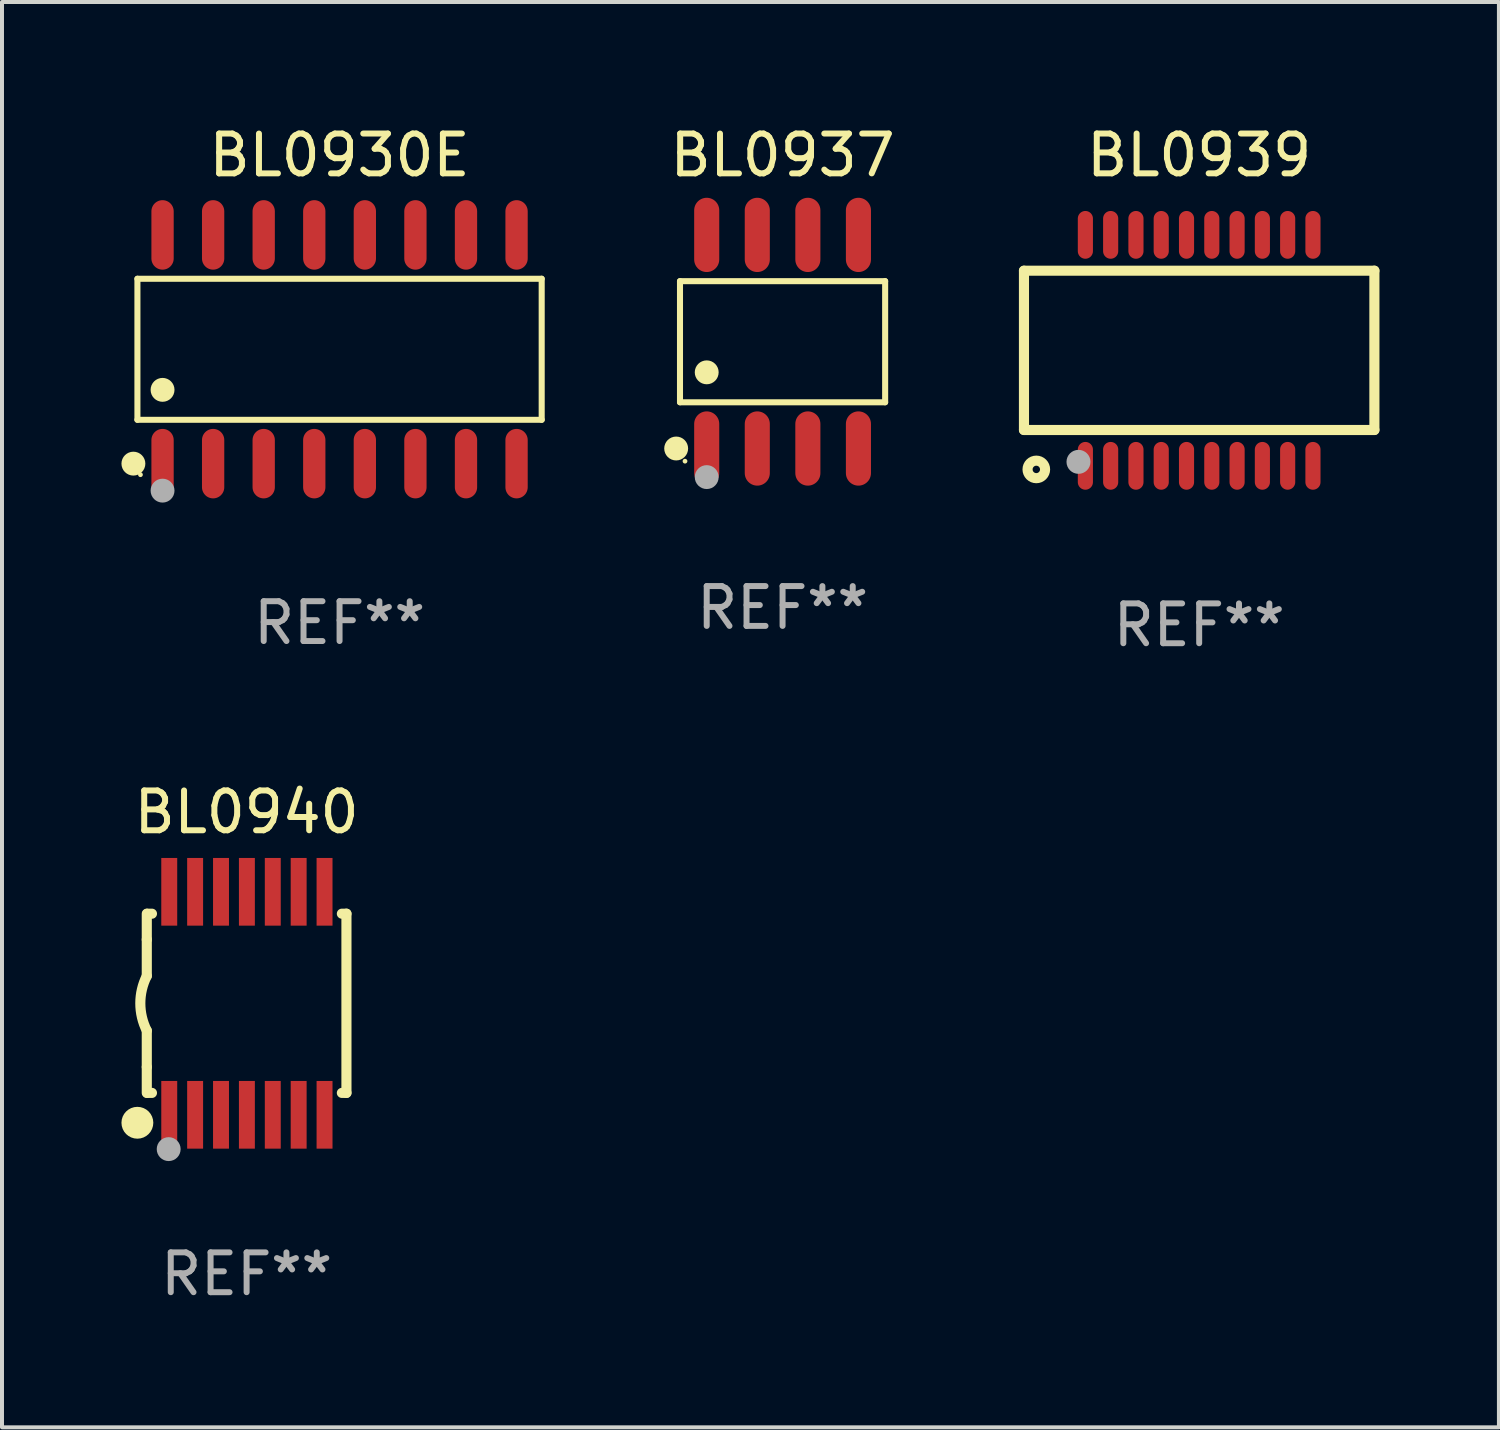
<source format=kicad_pcb>
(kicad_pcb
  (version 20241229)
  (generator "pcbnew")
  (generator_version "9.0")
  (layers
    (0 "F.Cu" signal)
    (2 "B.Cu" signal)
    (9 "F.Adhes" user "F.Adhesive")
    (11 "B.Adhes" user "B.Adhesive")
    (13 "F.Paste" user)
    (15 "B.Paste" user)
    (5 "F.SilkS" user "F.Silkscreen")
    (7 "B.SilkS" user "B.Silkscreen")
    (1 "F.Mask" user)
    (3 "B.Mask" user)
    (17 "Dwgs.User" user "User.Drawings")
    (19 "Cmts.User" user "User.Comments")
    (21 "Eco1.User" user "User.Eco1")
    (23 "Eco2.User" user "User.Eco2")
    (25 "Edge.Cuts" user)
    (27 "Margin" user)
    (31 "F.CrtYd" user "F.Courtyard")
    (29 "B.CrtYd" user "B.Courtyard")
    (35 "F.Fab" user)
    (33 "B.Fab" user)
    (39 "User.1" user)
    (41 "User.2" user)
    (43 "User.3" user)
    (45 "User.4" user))
  (footprint "BL0939"
    (layer "F.Cu")
    (at 27.064 5.748)
    (property "Reference" "BL0939" (at 0 -4.9 0) (layer "F.SilkS") (effects (font (size 1 1) (thickness 0.15))))
    (attr through_hole)
    (fp_line (start -4.4 -2) (end -4.4 2) (stroke (width 0.254) (type solid)) (layer "F.SilkS"))
    (fp_line (start -4.4 -2) (end 4.4 -2) (stroke (width 0.254) (type solid)) (layer "F.SilkS"))
    (fp_line (start -4.4 2) (end 4.4 2) (stroke (width 0.254) (type solid)) (layer "F.SilkS"))
    (fp_line (start 4.4 -2) (end 4.4 2) (stroke (width 0.254) (type solid)) (layer "F.SilkS"))
    (fp_circle (center -4.351 3) (end -4.321 3) (stroke (width 0.06) (type solid)) (fill no) (layer "F.SilkS"))
    (fp_circle (center -4.09 2.99) (end -3.87 2.99) (stroke (width 0.254) (type solid)) (fill no) (layer "F.SilkS"))
    (fp_circle (center -3.031 2.8) (end -2.88 2.8) (stroke (width 0.3) (type solid)) (fill no) (layer "F.Fab"))
    (fp_text user "REF**" (at 0 6.9 0) (layer "F.Fab") (effects (font (size 1 1) (thickness 0.15))))
    (pad "1" smd oval (at -2.858 2.9 180) (size 0.38 1.2) (layers "F.Cu" "F.Mask" "F.Paste"))
    (pad "2" smd oval (at -2.223 2.9 180) (size 0.38 1.2) (layers "F.Cu" "F.Mask" "F.Paste"))
    (pad "3" smd oval (at -1.588 2.9 180) (size 0.38 1.2) (layers "F.Cu" "F.Mask" "F.Paste"))
    (pad "4" smd oval (at -0.953 2.9 180) (size 0.38 1.2) (layers "F.Cu" "F.Mask" "F.Paste"))
    (pad "5" smd oval (at -0.318 2.9 180) (size 0.38 1.2) (layers "F.Cu" "F.Mask" "F.Paste"))
    (pad "6" smd oval (at 0.317 2.9 180) (size 0.38 1.2) (layers "F.Cu" "F.Mask" "F.Paste"))
    (pad "7" smd oval (at 0.952 2.9 180) (size 0.38 1.2) (layers "F.Cu" "F.Mask" "F.Paste"))
    (pad "8" smd oval (at 1.587 2.9 180) (size 0.38 1.2) (layers "F.Cu" "F.Mask" "F.Paste"))
    (pad "9" smd oval (at 2.222 2.9 180) (size 0.38 1.2) (layers "F.Cu" "F.Mask" "F.Paste"))
    (pad "10" smd oval (at 2.857 2.9 180) (size 0.38 1.2) (layers "F.Cu" "F.Mask" "F.Paste"))
    (pad "11" smd oval (at 2.857 -2.9) (size 0.38 1.2) (layers "F.Cu" "F.Mask" "F.Paste"))
    (pad "12" smd oval (at 2.222 -2.9) (size 0.38 1.2) (layers "F.Cu" "F.Mask" "F.Paste"))
    (pad "13" smd oval (at 1.587 -2.9) (size 0.38 1.2) (layers "F.Cu" "F.Mask" "F.Paste"))
    (pad "14" smd oval (at 0.952 -2.9) (size 0.38 1.2) (layers "F.Cu" "F.Mask" "F.Paste"))
    (pad "15" smd oval (at 0.317 -2.9) (size 0.38 1.2) (layers "F.Cu" "F.Mask" "F.Paste"))
    (pad "16" smd oval (at -0.318 -2.9) (size 0.38 1.2) (layers "F.Cu" "F.Mask" "F.Paste"))
    (pad "17" smd oval (at -0.953 -2.9) (size 0.38 1.2) (layers "F.Cu" "F.Mask" "F.Paste"))
    (pad "18" smd oval (at -1.588 -2.9) (size 0.38 1.2) (layers "F.Cu" "F.Mask" "F.Paste"))
    (pad "19" smd oval (at -2.223 -2.9) (size 0.38 1.2) (layers "F.Cu" "F.Mask" "F.Paste"))
    (pad "20" smd oval (at -2.858 -2.9) (size 0.38 1.2) (layers "F.Cu" "F.Mask" "F.Paste")))
  (footprint "BL0937"
    (layer "F.Cu")
    (at 16.602 5.531)
    (property "Reference" "BL0937" (at 0 -4.682 0) (layer "F.SilkS") (effects (font (size 1 1) (thickness 0.15))))
    (attr through_hole)
    (fp_line (start -2.576 -1.521) (end 2.576 -1.521) (stroke (width 0.152) (type solid)) (layer "F.SilkS"))
    (fp_line (start -2.576 1.521) (end -2.576 -1.521) (stroke (width 0.152) (type solid)) (layer "F.SilkS"))
    (fp_line (start 2.576 -1.521) (end 2.576 1.521) (stroke (width 0.152) (type solid)) (layer "F.SilkS"))
    (fp_line (start 2.576 1.521) (end -2.576 1.521) (stroke (width 0.152) (type solid)) (layer "F.SilkS"))
    (fp_circle (center -2.672 2.682) (end -2.522 2.682) (stroke (width 0.3) (type solid)) (fill no) (layer "F.SilkS"))
    (fp_circle (center -2.45 3) (end -2.42 3) (stroke (width 0.06) (type solid)) (fill no) (layer "F.SilkS"))
    (fp_circle (center -1.905 0.769) (end -1.755 0.769) (stroke (width 0.3) (type solid)) (fill no) (layer "F.SilkS"))
    (fp_circle (center -1.905 3.4) (end -1.755 3.4) (stroke (width 0.3) (type solid)) (fill no) (layer "F.Fab"))
    (fp_text user "REF**" (at 0 6.682 0) (layer "F.Fab") (effects (font (size 1 1) (thickness 0.15))))
    (pad "1" smd oval (at -1.905 2.682) (size 0.63 1.865) (layers "F.Cu" "F.Mask" "F.Paste"))
    (pad "2" smd oval (at -0.635 2.682) (size 0.63 1.865) (layers "F.Cu" "F.Mask" "F.Paste"))
    (pad "3" smd oval (at 0.635 2.682) (size 0.63 1.865) (layers "F.Cu" "F.Mask" "F.Paste"))
    (pad "4" smd oval (at 1.905 2.682) (size 0.63 1.865) (layers "F.Cu" "F.Mask" "F.Paste"))
    (pad "5" smd oval (at 1.905 -2.682) (size 0.63 1.865) (layers "F.Cu" "F.Mask" "F.Paste"))
    (pad "6" smd oval (at 0.635 -2.682) (size 0.63 1.865) (layers "F.Cu" "F.Mask" "F.Paste"))
    (pad "7" smd oval (at -0.635 -2.682) (size 0.63 1.865) (layers "F.Cu" "F.Mask" "F.Paste"))
    (pad "8" smd oval (at -1.905 -2.682) (size 0.63 1.865) (layers "F.Cu" "F.Mask" "F.Paste")))
  (footprint "BL0940"
    (layer "F.Cu")
    (at 3.143 22.145)
    (property "Reference" "BL0940" (at 0 -4.8 0) (layer "F.SilkS") (effects (font (size 1 1) (thickness 0.15))))
    (attr through_hole)
    (fp_line (start -2.507 -1.6) (end -2.507 -2.25) (stroke (width 0.254) (type solid)) (layer "F.SilkS"))
    (fp_line (start -2.507 -0.686) (end -2.507 -1.6) (stroke (width 0.254) (type solid)) (layer "F.SilkS"))
    (fp_line (start -2.507 1.6) (end -2.507 0.686) (stroke (width 0.254) (type solid)) (layer "F.SilkS"))
    (fp_line (start -2.507 1.6) (end -2.507 2.25) (stroke (width 0.254) (type solid)) (layer "F.SilkS"))
    (fp_line (start -2.493 -2.25) (end -2.377 -2.25) (stroke (width 0.254) (type solid)) (layer "F.SilkS"))
    (fp_line (start -2.377 2.25) (end -2.493 2.25) (stroke (width 0.254) (type solid)) (layer "F.SilkS"))
    (fp_line (start 2.392 -2.25) (end 2.507 -2.25) (stroke (width 0.254) (type solid)) (layer "F.SilkS"))
    (fp_line (start 2.507 -2.25) (end 2.507 2.25) (stroke (width 0.254) (type solid)) (layer "F.SilkS"))
    (fp_line (start 2.507 2.25) (end 2.392 2.25) (stroke (width 0.254) (type solid)) (layer "F.SilkS"))
    (fp_arc (start -2.507303 0.685802) (mid -2.669199 0) (end -2.507303 -0.685801) (stroke (width 0.254001) (type solid)) (layer "F.SilkS"))
    (fp_circle (center -2.743 3) (end -2.543 3) (stroke (width 0.4) (type solid)) (fill no) (layer "F.SilkS"))
    (fp_circle (center -2.493 3.2) (end -2.463 3.2) (stroke (width 0.06) (type solid)) (fill no) (layer "F.SilkS"))
    (fp_circle (center -1.957 3.662) (end -1.807 3.662) (stroke (width 0.3) (type solid)) (fill no) (layer "F.Fab"))
    (fp_text user "REF**" (at 0 6.8 0) (layer "F.Fab") (effects (font (size 1 1) (thickness 0.15))))
    (pad "1" smd rect (at -1.943 2.8) (size 0.4 1.7) (layers "F.Cu" "F.Mask" "F.Paste"))
    (pad "2" smd rect (at -1.293 2.8) (size 0.4 1.7) (layers "F.Cu" "F.Mask" "F.Paste"))
    (pad "3" smd rect (at -0.643 2.8) (size 0.4 1.7) (layers "F.Cu" "F.Mask" "F.Paste"))
    (pad "4" smd rect (at 0.007 2.8) (size 0.4 1.7) (layers "F.Cu" "F.Mask" "F.Paste"))
    (pad "5" smd rect (at 0.657 2.8) (size 0.4 1.7) (layers "F.Cu" "F.Mask" "F.Paste"))
    (pad "6" smd rect (at 1.307 2.8) (size 0.4 1.7) (layers "F.Cu" "F.Mask" "F.Paste"))
    (pad "7" smd rect (at 1.957 2.8) (size 0.4 1.7) (layers "F.Cu" "F.Mask" "F.Paste"))
    (pad "8" smd rect (at 1.957 -2.8) (size 0.4 1.7) (layers "F.Cu" "F.Mask" "F.Paste"))
    (pad "9" smd rect (at 1.307 -2.8) (size 0.4 1.7) (layers "F.Cu" "F.Mask" "F.Paste"))
    (pad "10" smd rect (at 0.657 -2.8) (size 0.4 1.7) (layers "F.Cu" "F.Mask" "F.Paste"))
    (pad "11" smd rect (at 0.007 -2.8) (size 0.4 1.7) (layers "F.Cu" "F.Mask" "F.Paste"))
    (pad "12" smd rect (at -0.643 -2.8) (size 0.4 1.7) (layers "F.Cu" "F.Mask" "F.Paste"))
    (pad "13" smd rect (at -1.293 -2.8) (size 0.4 1.7) (layers "F.Cu" "F.Mask" "F.Paste"))
    (pad "14" smd rect (at -1.943 -2.8) (size 0.4 1.7) (layers "F.Cu" "F.Mask" "F.Paste")))
  (footprint "BL0930E"
    (layer "F.Cu")
    (at 5.477 5.721)
    (property "Reference" "BL0930E" (at 0 -4.872 0) (layer "F.SilkS") (effects (font (size 1 1) (thickness 0.15))))
    (attr through_hole)
    (fp_line (start -5.076 -1.771) (end 5.076 -1.771) (stroke (width 0.152) (type solid)) (layer "F.SilkS"))
    (fp_line (start -5.076 1.771) (end -5.076 -1.771) (stroke (width 0.152) (type solid)) (layer "F.SilkS"))
    (fp_line (start 5.076 -1.771) (end 5.076 1.771) (stroke (width 0.152) (type solid)) (layer "F.SilkS"))
    (fp_line (start 5.076 1.771) (end -5.076 1.771) (stroke (width 0.152) (type solid)) (layer "F.SilkS"))
    (fp_circle (center -5.177 2.872) (end -5.027 2.872) (stroke (width 0.3) (type solid)) (fill no) (layer "F.SilkS"))
    (fp_circle (center -5 3.15) (end -4.97 3.15) (stroke (width 0.06) (type solid)) (fill no) (layer "F.SilkS"))
    (fp_circle (center -4.445 1.019) (end -4.295 1.019) (stroke (width 0.3) (type solid)) (fill no) (layer "F.SilkS"))
    (fp_circle (center -4.445 3.55) (end -4.295 3.55) (stroke (width 0.3) (type solid)) (fill no) (layer "F.Fab"))
    (fp_text user "REF**" (at 0 6.872 0) (layer "F.Fab") (effects (font (size 1 1) (thickness 0.15))))
    (pad "1" smd oval (at -4.445 2.872) (size 0.56 1.745) (layers "F.Cu" "F.Mask" "F.Paste"))
    (pad "2" smd oval (at -3.175 2.872) (size 0.56 1.745) (layers "F.Cu" "F.Mask" "F.Paste"))
    (pad "3" smd oval (at -1.905 2.872) (size 0.56 1.745) (layers "F.Cu" "F.Mask" "F.Paste"))
    (pad "4" smd oval (at -0.635 2.872) (size 0.56 1.745) (layers "F.Cu" "F.Mask" "F.Paste"))
    (pad "5" smd oval (at 0.635 2.872) (size 0.56 1.745) (layers "F.Cu" "F.Mask" "F.Paste"))
    (pad "6" smd oval (at 1.905 2.872) (size 0.56 1.745) (layers "F.Cu" "F.Mask" "F.Paste"))
    (pad "7" smd oval (at 3.175 2.872) (size 0.56 1.745) (layers "F.Cu" "F.Mask" "F.Paste"))
    (pad "8" smd oval (at 4.445 2.872) (size 0.56 1.745) (layers "F.Cu" "F.Mask" "F.Paste"))
    (pad "9" smd oval (at 4.445 -2.872) (size 0.56 1.745) (layers "F.Cu" "F.Mask" "F.Paste"))
    (pad "10" smd oval (at 3.175 -2.872) (size 0.56 1.745) (layers "F.Cu" "F.Mask" "F.Paste"))
    (pad "11" smd oval (at 1.905 -2.872) (size 0.56 1.745) (layers "F.Cu" "F.Mask" "F.Paste"))
    (pad "12" smd oval (at 0.635 -2.872) (size 0.56 1.745) (layers "F.Cu" "F.Mask" "F.Paste"))
    (pad "13" smd oval (at -0.635 -2.872) (size 0.56 1.745) (layers "F.Cu" "F.Mask" "F.Paste"))
    (pad "14" smd oval (at -1.905 -2.872) (size 0.56 1.745) (layers "F.Cu" "F.Mask" "F.Paste"))
    (pad "15" smd oval (at -3.175 -2.872) (size 0.56 1.745) (layers "F.Cu" "F.Mask" "F.Paste"))
    (pad "16" smd oval (at -4.445 -2.872) (size 0.56 1.745) (layers "F.Cu" "F.Mask" "F.Paste")))
  (gr_rect
    (start -3 -3)
    (end 34.591 32.793)
    (stroke (width 0.1) (type default))
    (fill no)
    (layer "Edge.Cuts")))
</source>
